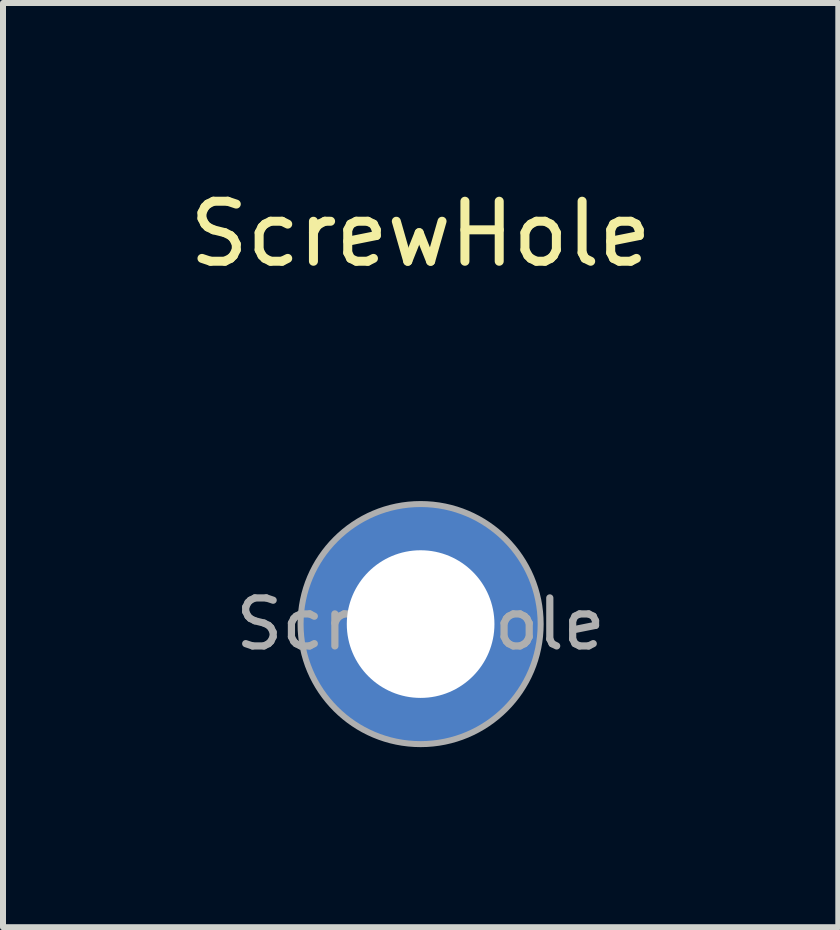
<source format=kicad_pcb>
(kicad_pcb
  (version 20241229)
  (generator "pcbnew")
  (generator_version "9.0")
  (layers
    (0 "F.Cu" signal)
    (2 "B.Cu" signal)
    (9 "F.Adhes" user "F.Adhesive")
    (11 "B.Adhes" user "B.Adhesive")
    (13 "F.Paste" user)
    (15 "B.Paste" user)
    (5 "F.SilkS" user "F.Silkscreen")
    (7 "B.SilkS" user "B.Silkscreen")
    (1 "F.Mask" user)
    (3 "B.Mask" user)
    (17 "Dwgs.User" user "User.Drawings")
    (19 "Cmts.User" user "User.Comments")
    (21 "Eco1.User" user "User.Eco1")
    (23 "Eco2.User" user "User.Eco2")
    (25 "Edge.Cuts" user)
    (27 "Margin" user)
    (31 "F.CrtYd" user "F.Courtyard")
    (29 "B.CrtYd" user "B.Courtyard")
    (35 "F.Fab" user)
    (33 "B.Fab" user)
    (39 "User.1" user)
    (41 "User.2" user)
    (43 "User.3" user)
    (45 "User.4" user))
  (footprint "ScrewHole"
    (layer "F.Cu")
    (at 3.958 7.348)
    (property "Reference" "ScrewHole" (at 0 -6.5 0) (layer "F.SilkS") (effects (font (size 1 1) (thickness 0.15))))
    (attr through_hole)
    (fp_circle (center 0 0) (end 2 0) (stroke (width 0.1) (type solid)) (fill no) (layer "F.Fab"))
    (fp_text user "${REFERENCE}" (at 0 0 0) (layer "F.Fab") (effects (font (size 0.8 0.8) (thickness 0.12))))
    (pad "" np_thru_hole circle (at 0 0) (size 4 4) (drill 2.46) (layers "*.Cu" "*.Mask")))
  (gr_rect
    (start -3 -3)
    (end 10.917 12.398)
    (stroke (width 0.1) (type default))
    (fill no)
    (layer "Edge.Cuts")))
</source>
